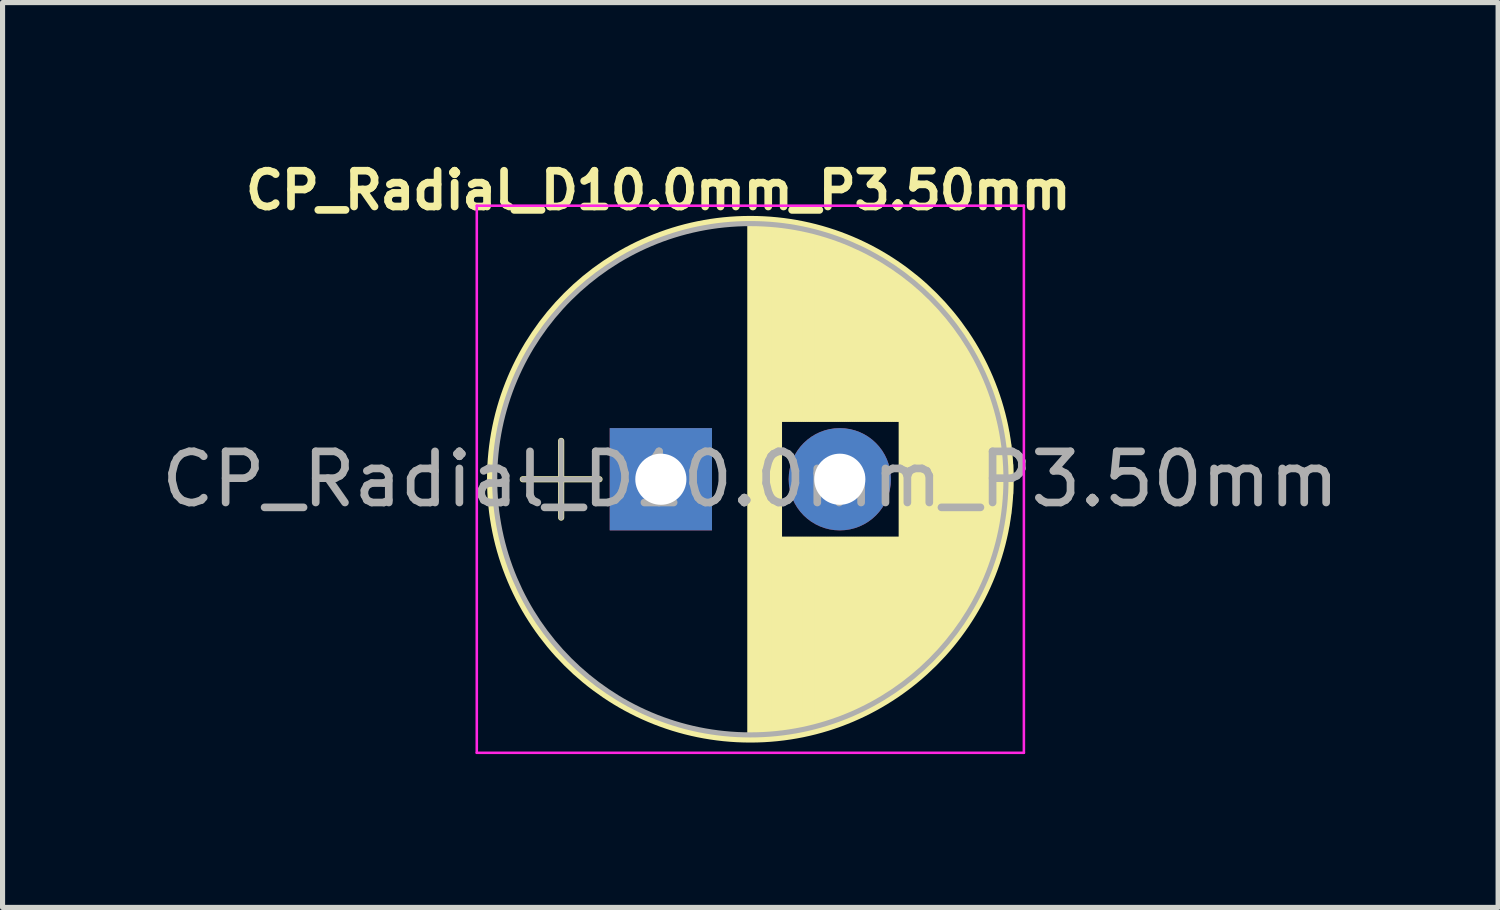
<source format=kicad_pcb>
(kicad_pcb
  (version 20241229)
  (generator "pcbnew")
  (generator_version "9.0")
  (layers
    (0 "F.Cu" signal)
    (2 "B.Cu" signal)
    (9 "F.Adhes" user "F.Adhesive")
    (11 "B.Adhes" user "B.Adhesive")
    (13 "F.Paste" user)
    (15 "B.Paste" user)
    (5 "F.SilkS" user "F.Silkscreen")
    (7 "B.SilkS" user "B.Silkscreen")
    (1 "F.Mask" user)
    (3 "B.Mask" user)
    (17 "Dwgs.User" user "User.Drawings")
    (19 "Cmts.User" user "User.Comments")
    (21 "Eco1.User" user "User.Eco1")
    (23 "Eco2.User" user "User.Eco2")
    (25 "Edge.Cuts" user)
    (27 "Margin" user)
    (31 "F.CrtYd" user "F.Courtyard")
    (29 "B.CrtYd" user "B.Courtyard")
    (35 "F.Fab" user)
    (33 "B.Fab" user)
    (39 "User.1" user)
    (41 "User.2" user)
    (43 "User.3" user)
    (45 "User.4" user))
  (footprint "CP_Radial_D10.0mm_P3.50mm"
    (layer "F.Cu")
    (at 9.875 6.323)
    (property "Reference" "CP_Radial_D10.0mm_P3.50mm" (at -0.05 -5.65 0) (layer "F.SilkS") (effects (font (size 0.7 0.7) (thickness 0.15))))
    (attr through_hole)
    (fp_line (start -2.7 0) (end -1.2 0) (stroke (width 0.12) (type solid)) (layer "F.SilkS"))
    (fp_line (start -1.95 -0.75) (end -1.95 0.75) (stroke (width 0.12) (type solid)) (layer "F.SilkS"))
    (fp_line (start 1.75 -5.05) (end 1.75 5.05) (stroke (width 0.12) (type solid)) (layer "F.SilkS"))
    (fp_line (start 1.79 -5.05) (end 1.79 5.05) (stroke (width 0.12) (type solid)) (layer "F.SilkS"))
    (fp_line (start 1.83 -5.05) (end 1.83 5.05) (stroke (width 0.12) (type solid)) (layer "F.SilkS"))
    (fp_line (start 1.87 -5.049) (end 1.87 5.049) (stroke (width 0.12) (type solid)) (layer "F.SilkS"))
    (fp_line (start 1.91 -5.048) (end 1.91 5.048) (stroke (width 0.12) (type solid)) (layer "F.SilkS"))
    (fp_line (start 1.95 -5.047) (end 1.95 5.047) (stroke (width 0.12) (type solid)) (layer "F.SilkS"))
    (fp_line (start 1.99 -5.045) (end 1.99 5.045) (stroke (width 0.12) (type solid)) (layer "F.SilkS"))
    (fp_line (start 2.03 -5.043) (end 2.03 5.043) (stroke (width 0.12) (type solid)) (layer "F.SilkS"))
    (fp_line (start 2.07 -5.04) (end 2.07 5.04) (stroke (width 0.12) (type solid)) (layer "F.SilkS"))
    (fp_line (start 2.11 -5.038) (end 2.11 5.038) (stroke (width 0.12) (type solid)) (layer "F.SilkS"))
    (fp_line (start 2.15 -5.035) (end 2.15 5.035) (stroke (width 0.12) (type solid)) (layer "F.SilkS"))
    (fp_line (start 2.19 -5.031) (end 2.19 5.031) (stroke (width 0.12) (type solid)) (layer "F.SilkS"))
    (fp_line (start 2.23 -5.028) (end 2.23 5.028) (stroke (width 0.12) (type solid)) (layer "F.SilkS"))
    (fp_line (start 2.27 -5.024) (end 2.27 5.024) (stroke (width 0.12) (type solid)) (layer "F.SilkS"))
    (fp_line (start 2.31 -5.02) (end 2.31 5.02) (stroke (width 0.12) (type solid)) (layer "F.SilkS"))
    (fp_line (start 2.35 -5.015) (end 2.35 -1.181) (stroke (width 0.12) (type solid)) (layer "F.SilkS"))
    (fp_line (start 2.35 1.181) (end 2.35 5.015) (stroke (width 0.12) (type solid)) (layer "F.SilkS"))
    (fp_line (start 2.39 -5.01) (end 2.39 -1.181) (stroke (width 0.12) (type solid)) (layer "F.SilkS"))
    (fp_line (start 2.39 1.181) (end 2.39 5.01) (stroke (width 0.12) (type solid)) (layer "F.SilkS"))
    (fp_line (start 2.43 -5.005) (end 2.43 -1.181) (stroke (width 0.12) (type solid)) (layer "F.SilkS"))
    (fp_line (start 2.43 1.181) (end 2.43 5.005) (stroke (width 0.12) (type solid)) (layer "F.SilkS"))
    (fp_line (start 2.471 -4.999) (end 2.471 -1.181) (stroke (width 0.12) (type solid)) (layer "F.SilkS"))
    (fp_line (start 2.471 1.181) (end 2.471 4.999) (stroke (width 0.12) (type solid)) (layer "F.SilkS"))
    (fp_line (start 2.511 -4.993) (end 2.511 -1.181) (stroke (width 0.12) (type solid)) (layer "F.SilkS"))
    (fp_line (start 2.511 1.181) (end 2.511 4.993) (stroke (width 0.12) (type solid)) (layer "F.SilkS"))
    (fp_line (start 2.551 -4.987) (end 2.551 -1.181) (stroke (width 0.12) (type solid)) (layer "F.SilkS"))
    (fp_line (start 2.551 1.181) (end 2.551 4.987) (stroke (width 0.12) (type solid)) (layer "F.SilkS"))
    (fp_line (start 2.591 -4.981) (end 2.591 -1.181) (stroke (width 0.12) (type solid)) (layer "F.SilkS"))
    (fp_line (start 2.591 1.181) (end 2.591 4.981) (stroke (width 0.12) (type solid)) (layer "F.SilkS"))
    (fp_line (start 2.631 -4.974) (end 2.631 -1.181) (stroke (width 0.12) (type solid)) (layer "F.SilkS"))
    (fp_line (start 2.631 1.181) (end 2.631 4.974) (stroke (width 0.12) (type solid)) (layer "F.SilkS"))
    (fp_line (start 2.671 -4.967) (end 2.671 -1.181) (stroke (width 0.12) (type solid)) (layer "F.SilkS"))
    (fp_line (start 2.671 1.181) (end 2.671 4.967) (stroke (width 0.12) (type solid)) (layer "F.SilkS"))
    (fp_line (start 2.711 -4.959) (end 2.711 -1.181) (stroke (width 0.12) (type solid)) (layer "F.SilkS"))
    (fp_line (start 2.711 1.181) (end 2.711 4.959) (stroke (width 0.12) (type solid)) (layer "F.SilkS"))
    (fp_line (start 2.751 -4.951) (end 2.751 -1.181) (stroke (width 0.12) (type solid)) (layer "F.SilkS"))
    (fp_line (start 2.751 1.181) (end 2.751 4.951) (stroke (width 0.12) (type solid)) (layer "F.SilkS"))
    (fp_line (start 2.791 -4.943) (end 2.791 -1.181) (stroke (width 0.12) (type solid)) (layer "F.SilkS"))
    (fp_line (start 2.791 1.181) (end 2.791 4.943) (stroke (width 0.12) (type solid)) (layer "F.SilkS"))
    (fp_line (start 2.831 -4.935) (end 2.831 -1.181) (stroke (width 0.12) (type solid)) (layer "F.SilkS"))
    (fp_line (start 2.831 1.181) (end 2.831 4.935) (stroke (width 0.12) (type solid)) (layer "F.SilkS"))
    (fp_line (start 2.871 -4.926) (end 2.871 -1.181) (stroke (width 0.12) (type solid)) (layer "F.SilkS"))
    (fp_line (start 2.871 1.181) (end 2.871 4.926) (stroke (width 0.12) (type solid)) (layer "F.SilkS"))
    (fp_line (start 2.911 -4.917) (end 2.911 -1.181) (stroke (width 0.12) (type solid)) (layer "F.SilkS"))
    (fp_line (start 2.911 1.181) (end 2.911 4.917) (stroke (width 0.12) (type solid)) (layer "F.SilkS"))
    (fp_line (start 2.951 -4.907) (end 2.951 -1.181) (stroke (width 0.12) (type solid)) (layer "F.SilkS"))
    (fp_line (start 2.951 1.181) (end 2.951 4.907) (stroke (width 0.12) (type solid)) (layer "F.SilkS"))
    (fp_line (start 2.991 -4.897) (end 2.991 -1.181) (stroke (width 0.12) (type solid)) (layer "F.SilkS"))
    (fp_line (start 2.991 1.181) (end 2.991 4.897) (stroke (width 0.12) (type solid)) (layer "F.SilkS"))
    (fp_line (start 3.031 -4.887) (end 3.031 -1.181) (stroke (width 0.12) (type solid)) (layer "F.SilkS"))
    (fp_line (start 3.031 1.181) (end 3.031 4.887) (stroke (width 0.12) (type solid)) (layer "F.SilkS"))
    (fp_line (start 3.071 -4.876) (end 3.071 -1.181) (stroke (width 0.12) (type solid)) (layer "F.SilkS"))
    (fp_line (start 3.071 1.181) (end 3.071 4.876) (stroke (width 0.12) (type solid)) (layer "F.SilkS"))
    (fp_line (start 3.111 -4.865) (end 3.111 -1.181) (stroke (width 0.12) (type solid)) (layer "F.SilkS"))
    (fp_line (start 3.111 1.181) (end 3.111 4.865) (stroke (width 0.12) (type solid)) (layer "F.SilkS"))
    (fp_line (start 3.151 -4.854) (end 3.151 -1.181) (stroke (width 0.12) (type solid)) (layer "F.SilkS"))
    (fp_line (start 3.151 1.181) (end 3.151 4.854) (stroke (width 0.12) (type solid)) (layer "F.SilkS"))
    (fp_line (start 3.191 -4.843) (end 3.191 -1.181) (stroke (width 0.12) (type solid)) (layer "F.SilkS"))
    (fp_line (start 3.191 1.181) (end 3.191 4.843) (stroke (width 0.12) (type solid)) (layer "F.SilkS"))
    (fp_line (start 3.231 -4.831) (end 3.231 -1.181) (stroke (width 0.12) (type solid)) (layer "F.SilkS"))
    (fp_line (start 3.231 1.181) (end 3.231 4.831) (stroke (width 0.12) (type solid)) (layer "F.SilkS"))
    (fp_line (start 3.271 -4.818) (end 3.271 -1.181) (stroke (width 0.12) (type solid)) (layer "F.SilkS"))
    (fp_line (start 3.271 1.181) (end 3.271 4.818) (stroke (width 0.12) (type solid)) (layer "F.SilkS"))
    (fp_line (start 3.311 -4.806) (end 3.311 -1.181) (stroke (width 0.12) (type solid)) (layer "F.SilkS"))
    (fp_line (start 3.311 1.181) (end 3.311 4.806) (stroke (width 0.12) (type solid)) (layer "F.SilkS"))
    (fp_line (start 3.351 -4.792) (end 3.351 -1.181) (stroke (width 0.12) (type solid)) (layer "F.SilkS"))
    (fp_line (start 3.351 1.181) (end 3.351 4.792) (stroke (width 0.12) (type solid)) (layer "F.SilkS"))
    (fp_line (start 3.391 -4.779) (end 3.391 -1.181) (stroke (width 0.12) (type solid)) (layer "F.SilkS"))
    (fp_line (start 3.391 1.181) (end 3.391 4.779) (stroke (width 0.12) (type solid)) (layer "F.SilkS"))
    (fp_line (start 3.431 -4.765) (end 3.431 -1.181) (stroke (width 0.12) (type solid)) (layer "F.SilkS"))
    (fp_line (start 3.431 1.181) (end 3.431 4.765) (stroke (width 0.12) (type solid)) (layer "F.SilkS"))
    (fp_line (start 3.471 -4.751) (end 3.471 -1.181) (stroke (width 0.12) (type solid)) (layer "F.SilkS"))
    (fp_line (start 3.471 1.181) (end 3.471 4.751) (stroke (width 0.12) (type solid)) (layer "F.SilkS"))
    (fp_line (start 3.511 -4.737) (end 3.511 -1.181) (stroke (width 0.12) (type solid)) (layer "F.SilkS"))
    (fp_line (start 3.511 1.181) (end 3.511 4.737) (stroke (width 0.12) (type solid)) (layer "F.SilkS"))
    (fp_line (start 3.551 -4.722) (end 3.551 -1.181) (stroke (width 0.12) (type solid)) (layer "F.SilkS"))
    (fp_line (start 3.551 1.181) (end 3.551 4.722) (stroke (width 0.12) (type solid)) (layer "F.SilkS"))
    (fp_line (start 3.591 -4.706) (end 3.591 -1.181) (stroke (width 0.12) (type solid)) (layer "F.SilkS"))
    (fp_line (start 3.591 1.181) (end 3.591 4.706) (stroke (width 0.12) (type solid)) (layer "F.SilkS"))
    (fp_line (start 3.631 -4.691) (end 3.631 -1.181) (stroke (width 0.12) (type solid)) (layer "F.SilkS"))
    (fp_line (start 3.631 1.181) (end 3.631 4.691) (stroke (width 0.12) (type solid)) (layer "F.SilkS"))
    (fp_line (start 3.671 -4.674) (end 3.671 -1.181) (stroke (width 0.12) (type solid)) (layer "F.SilkS"))
    (fp_line (start 3.671 1.181) (end 3.671 4.674) (stroke (width 0.12) (type solid)) (layer "F.SilkS"))
    (fp_line (start 3.711 -4.658) (end 3.711 -1.181) (stroke (width 0.12) (type solid)) (layer "F.SilkS"))
    (fp_line (start 3.711 1.181) (end 3.711 4.658) (stroke (width 0.12) (type solid)) (layer "F.SilkS"))
    (fp_line (start 3.751 -4.641) (end 3.751 -1.181) (stroke (width 0.12) (type solid)) (layer "F.SilkS"))
    (fp_line (start 3.751 1.181) (end 3.751 4.641) (stroke (width 0.12) (type solid)) (layer "F.SilkS"))
    (fp_line (start 3.791 -4.624) (end 3.791 -1.181) (stroke (width 0.12) (type solid)) (layer "F.SilkS"))
    (fp_line (start 3.791 1.181) (end 3.791 4.624) (stroke (width 0.12) (type solid)) (layer "F.SilkS"))
    (fp_line (start 3.831 -4.606) (end 3.831 -1.181) (stroke (width 0.12) (type solid)) (layer "F.SilkS"))
    (fp_line (start 3.831 1.181) (end 3.831 4.606) (stroke (width 0.12) (type solid)) (layer "F.SilkS"))
    (fp_line (start 3.871 -4.588) (end 3.871 -1.181) (stroke (width 0.12) (type solid)) (layer "F.SilkS"))
    (fp_line (start 3.871 1.181) (end 3.871 4.588) (stroke (width 0.12) (type solid)) (layer "F.SilkS"))
    (fp_line (start 3.911 -4.569) (end 3.911 -1.181) (stroke (width 0.12) (type solid)) (layer "F.SilkS"))
    (fp_line (start 3.911 1.181) (end 3.911 4.569) (stroke (width 0.12) (type solid)) (layer "F.SilkS"))
    (fp_line (start 3.951 -4.55) (end 3.951 -1.181) (stroke (width 0.12) (type solid)) (layer "F.SilkS"))
    (fp_line (start 3.951 1.181) (end 3.951 4.55) (stroke (width 0.12) (type solid)) (layer "F.SilkS"))
    (fp_line (start 3.991 -4.531) (end 3.991 -1.181) (stroke (width 0.12) (type solid)) (layer "F.SilkS"))
    (fp_line (start 3.991 1.181) (end 3.991 4.531) (stroke (width 0.12) (type solid)) (layer "F.SilkS"))
    (fp_line (start 4.031 -4.511) (end 4.031 -1.181) (stroke (width 0.12) (type solid)) (layer "F.SilkS"))
    (fp_line (start 4.031 1.181) (end 4.031 4.511) (stroke (width 0.12) (type solid)) (layer "F.SilkS"))
    (fp_line (start 4.071 -4.491) (end 4.071 -1.181) (stroke (width 0.12) (type solid)) (layer "F.SilkS"))
    (fp_line (start 4.071 1.181) (end 4.071 4.491) (stroke (width 0.12) (type solid)) (layer "F.SilkS"))
    (fp_line (start 4.111 -4.47) (end 4.111 -1.181) (stroke (width 0.12) (type solid)) (layer "F.SilkS"))
    (fp_line (start 4.111 1.181) (end 4.111 4.47) (stroke (width 0.12) (type solid)) (layer "F.SilkS"))
    (fp_line (start 4.151 -4.449) (end 4.151 -1.181) (stroke (width 0.12) (type solid)) (layer "F.SilkS"))
    (fp_line (start 4.151 1.181) (end 4.151 4.449) (stroke (width 0.12) (type solid)) (layer "F.SilkS"))
    (fp_line (start 4.191 -4.428) (end 4.191 -1.181) (stroke (width 0.12) (type solid)) (layer "F.SilkS"))
    (fp_line (start 4.191 1.181) (end 4.191 4.428) (stroke (width 0.12) (type solid)) (layer "F.SilkS"))
    (fp_line (start 4.231 -4.405) (end 4.231 -1.181) (stroke (width 0.12) (type solid)) (layer "F.SilkS"))
    (fp_line (start 4.231 1.181) (end 4.231 4.405) (stroke (width 0.12) (type solid)) (layer "F.SilkS"))
    (fp_line (start 4.271 -4.383) (end 4.271 -1.181) (stroke (width 0.12) (type solid)) (layer "F.SilkS"))
    (fp_line (start 4.271 1.181) (end 4.271 4.383) (stroke (width 0.12) (type solid)) (layer "F.SilkS"))
    (fp_line (start 4.311 -4.36) (end 4.311 -1.181) (stroke (width 0.12) (type solid)) (layer "F.SilkS"))
    (fp_line (start 4.311 1.181) (end 4.311 4.36) (stroke (width 0.12) (type solid)) (layer "F.SilkS"))
    (fp_line (start 4.351 -4.336) (end 4.351 -1.181) (stroke (width 0.12) (type solid)) (layer "F.SilkS"))
    (fp_line (start 4.351 1.181) (end 4.351 4.336) (stroke (width 0.12) (type solid)) (layer "F.SilkS"))
    (fp_line (start 4.391 -4.312) (end 4.391 -1.181) (stroke (width 0.12) (type solid)) (layer "F.SilkS"))
    (fp_line (start 4.391 1.181) (end 4.391 4.312) (stroke (width 0.12) (type solid)) (layer "F.SilkS"))
    (fp_line (start 4.431 -4.288) (end 4.431 -1.181) (stroke (width 0.12) (type solid)) (layer "F.SilkS"))
    (fp_line (start 4.431 1.181) (end 4.431 4.288) (stroke (width 0.12) (type solid)) (layer "F.SilkS"))
    (fp_line (start 4.471 -4.263) (end 4.471 -1.181) (stroke (width 0.12) (type solid)) (layer "F.SilkS"))
    (fp_line (start 4.471 1.181) (end 4.471 4.263) (stroke (width 0.12) (type solid)) (layer "F.SilkS"))
    (fp_line (start 4.511 -4.237) (end 4.511 -1.181) (stroke (width 0.12) (type solid)) (layer "F.SilkS"))
    (fp_line (start 4.511 1.181) (end 4.511 4.237) (stroke (width 0.12) (type solid)) (layer "F.SilkS"))
    (fp_line (start 4.551 -4.211) (end 4.551 -1.181) (stroke (width 0.12) (type solid)) (layer "F.SilkS"))
    (fp_line (start 4.551 1.181) (end 4.551 4.211) (stroke (width 0.12) (type solid)) (layer "F.SilkS"))
    (fp_line (start 4.591 -4.185) (end 4.591 -1.181) (stroke (width 0.12) (type solid)) (layer "F.SilkS"))
    (fp_line (start 4.591 1.181) (end 4.591 4.185) (stroke (width 0.12) (type solid)) (layer "F.SilkS"))
    (fp_line (start 4.631 -4.157) (end 4.631 -1.181) (stroke (width 0.12) (type solid)) (layer "F.SilkS"))
    (fp_line (start 4.631 1.181) (end 4.631 4.157) (stroke (width 0.12) (type solid)) (layer "F.SilkS"))
    (fp_line (start 4.671 -4.13) (end 4.671 -1.181) (stroke (width 0.12) (type solid)) (layer "F.SilkS"))
    (fp_line (start 4.671 1.181) (end 4.671 4.13) (stroke (width 0.12) (type solid)) (layer "F.SilkS"))
    (fp_line (start 4.711 -4.101) (end 4.711 4.101) (stroke (width 0.12) (type solid)) (layer "F.SilkS"))
    (fp_line (start 4.751 -4.072) (end 4.751 4.072) (stroke (width 0.12) (type solid)) (layer "F.SilkS"))
    (fp_line (start 4.791 -4.043) (end 4.791 4.043) (stroke (width 0.12) (type solid)) (layer "F.SilkS"))
    (fp_line (start 4.831 -4.013) (end 4.831 4.013) (stroke (width 0.12) (type solid)) (layer "F.SilkS"))
    (fp_line (start 4.871 -3.982) (end 4.871 3.982) (stroke (width 0.12) (type solid)) (layer "F.SilkS"))
    (fp_line (start 4.911 -3.951) (end 4.911 3.951) (stroke (width 0.12) (type solid)) (layer "F.SilkS"))
    (fp_line (start 4.951 -3.919) (end 4.951 3.919) (stroke (width 0.12) (type solid)) (layer "F.SilkS"))
    (fp_line (start 4.991 -3.886) (end 4.991 3.886) (stroke (width 0.12) (type solid)) (layer "F.SilkS"))
    (fp_line (start 5.031 -3.853) (end 5.031 3.853) (stroke (width 0.12) (type solid)) (layer "F.SilkS"))
    (fp_line (start 5.071 -3.819) (end 5.071 3.819) (stroke (width 0.12) (type solid)) (layer "F.SilkS"))
    (fp_line (start 5.111 -3.784) (end 5.111 3.784) (stroke (width 0.12) (type solid)) (layer "F.SilkS"))
    (fp_line (start 5.151 -3.748) (end 5.151 3.748) (stroke (width 0.12) (type solid)) (layer "F.SilkS"))
    (fp_line (start 5.191 -3.712) (end 5.191 3.712) (stroke (width 0.12) (type solid)) (layer "F.SilkS"))
    (fp_line (start 5.231 -3.675) (end 5.231 3.675) (stroke (width 0.12) (type solid)) (layer "F.SilkS"))
    (fp_line (start 5.271 -3.637) (end 5.271 3.637) (stroke (width 0.12) (type solid)) (layer "F.SilkS"))
    (fp_line (start 5.311 -3.598) (end 5.311 3.598) (stroke (width 0.12) (type solid)) (layer "F.SilkS"))
    (fp_line (start 5.351 -3.559) (end 5.351 3.559) (stroke (width 0.12) (type solid)) (layer "F.SilkS"))
    (fp_line (start 5.391 -3.518) (end 5.391 3.518) (stroke (width 0.12) (type solid)) (layer "F.SilkS"))
    (fp_line (start 5.431 -3.477) (end 5.431 3.477) (stroke (width 0.12) (type solid)) (layer "F.SilkS"))
    (fp_line (start 5.471 -3.435) (end 5.471 3.435) (stroke (width 0.12) (type solid)) (layer "F.SilkS"))
    (fp_line (start 5.511 -3.391) (end 5.511 3.391) (stroke (width 0.12) (type solid)) (layer "F.SilkS"))
    (fp_line (start 5.551 -3.347) (end 5.551 3.347) (stroke (width 0.12) (type solid)) (layer "F.SilkS"))
    (fp_line (start 5.591 -3.302) (end 5.591 3.302) (stroke (width 0.12) (type solid)) (layer "F.SilkS"))
    (fp_line (start 5.631 -3.255) (end 5.631 3.255) (stroke (width 0.12) (type solid)) (layer "F.SilkS"))
    (fp_line (start 5.671 -3.207) (end 5.671 3.207) (stroke (width 0.12) (type solid)) (layer "F.SilkS"))
    (fp_line (start 5.711 -3.158) (end 5.711 3.158) (stroke (width 0.12) (type solid)) (layer "F.SilkS"))
    (fp_line (start 5.751 -3.108) (end 5.751 3.108) (stroke (width 0.12) (type solid)) (layer "F.SilkS"))
    (fp_line (start 5.791 -3.057) (end 5.791 3.057) (stroke (width 0.12) (type solid)) (layer "F.SilkS"))
    (fp_line (start 5.831 -3.004) (end 5.831 3.004) (stroke (width 0.12) (type solid)) (layer "F.SilkS"))
    (fp_line (start 5.871 -2.949) (end 5.871 2.949) (stroke (width 0.12) (type solid)) (layer "F.SilkS"))
    (fp_line (start 5.911 -2.894) (end 5.911 2.894) (stroke (width 0.12) (type solid)) (layer "F.SilkS"))
    (fp_line (start 5.951 -2.836) (end 5.951 2.836) (stroke (width 0.12) (type solid)) (layer "F.SilkS"))
    (fp_line (start 5.991 -2.777) (end 5.991 2.777) (stroke (width 0.12) (type solid)) (layer "F.SilkS"))
    (fp_line (start 6.031 -2.715) (end 6.031 2.715) (stroke (width 0.12) (type solid)) (layer "F.SilkS"))
    (fp_line (start 6.071 -2.652) (end 6.071 2.652) (stroke (width 0.12) (type solid)) (layer "F.SilkS"))
    (fp_line (start 6.111 -2.587) (end 6.111 2.587) (stroke (width 0.12) (type solid)) (layer "F.SilkS"))
    (fp_line (start 6.151 -2.519) (end 6.151 2.519) (stroke (width 0.12) (type solid)) (layer "F.SilkS"))
    (fp_line (start 6.191 -2.449) (end 6.191 2.449) (stroke (width 0.12) (type solid)) (layer "F.SilkS"))
    (fp_line (start 6.231 -2.377) (end 6.231 2.377) (stroke (width 0.12) (type solid)) (layer "F.SilkS"))
    (fp_line (start 6.271 -2.301) (end 6.271 2.301) (stroke (width 0.12) (type solid)) (layer "F.SilkS"))
    (fp_line (start 6.311 -2.222) (end 6.311 2.222) (stroke (width 0.12) (type solid)) (layer "F.SilkS"))
    (fp_line (start 6.351 -2.14) (end 6.351 2.14) (stroke (width 0.12) (type solid)) (layer "F.SilkS"))
    (fp_line (start 6.391 -2.053) (end 6.391 2.053) (stroke (width 0.12) (type solid)) (layer "F.SilkS"))
    (fp_line (start 6.431 -1.962) (end 6.431 1.962) (stroke (width 0.12) (type solid)) (layer "F.SilkS"))
    (fp_line (start 6.471 -1.866) (end 6.471 1.866) (stroke (width 0.12) (type solid)) (layer "F.SilkS"))
    (fp_line (start 6.511 -1.763) (end 6.511 1.763) (stroke (width 0.12) (type solid)) (layer "F.SilkS"))
    (fp_line (start 6.551 -1.654) (end 6.551 1.654) (stroke (width 0.12) (type solid)) (layer "F.SilkS"))
    (fp_line (start 6.591 -1.536) (end 6.591 1.536) (stroke (width 0.12) (type solid)) (layer "F.SilkS"))
    (fp_line (start 6.631 -1.407) (end 6.631 1.407) (stroke (width 0.12) (type solid)) (layer "F.SilkS"))
    (fp_line (start 6.671 -1.265) (end 6.671 1.265) (stroke (width 0.12) (type solid)) (layer "F.SilkS"))
    (fp_line (start 6.711 -1.104) (end 6.711 1.104) (stroke (width 0.12) (type solid)) (layer "F.SilkS"))
    (fp_line (start 6.751 -0.913) (end 6.751 0.913) (stroke (width 0.12) (type solid)) (layer "F.SilkS"))
    (fp_line (start 6.791 -0.672) (end 6.791 0.672) (stroke (width 0.12) (type solid)) (layer "F.SilkS"))
    (fp_line (start 6.831 -0.279) (end 6.831 0.279) (stroke (width 0.12) (type solid)) (layer "F.SilkS"))
    (fp_circle (center 1.75 0) (end 6.84 0) (stroke (width 0.12) (type solid)) (fill no) (layer "F.SilkS"))
    (fp_line (start -3.6 -5.35) (end -3.6 5.35) (stroke (width 0.05) (type solid)) (layer "F.CrtYd"))
    (fp_line (start -3.6 5.35) (end 7.1 5.35) (stroke (width 0.05) (type solid)) (layer "F.CrtYd"))
    (fp_line (start 7.1 -5.35) (end -3.6 -5.35) (stroke (width 0.05) (type solid)) (layer "F.CrtYd"))
    (fp_line (start 7.1 5.35) (end 7.1 -5.35) (stroke (width 0.05) (type solid)) (layer "F.CrtYd"))
    (fp_line (start -2.7 0) (end -1.2 0) (stroke (width 0.1) (type solid)) (layer "F.Fab"))
    (fp_line (start -1.95 -0.75) (end -1.95 0.75) (stroke (width 0.1) (type solid)) (layer "F.Fab"))
    (fp_circle (center 1.75 0) (end 6.75 0) (stroke (width 0.1) (type solid)) (fill no) (layer "F.Fab"))
    (fp_text user "${REFERENCE}" (at 1.75 0 0) (layer "F.Fab") (effects (font (size 1 1) (thickness 0.15))))
    (pad "1" thru_hole rect (at 0 0) (size 2 2) (drill 1) (layers "*.Cu" "*.Mask"))
    (pad "2" thru_hole circle (at 3.5 0) (size 2 2) (drill 1) (layers "*.Cu" "*.Mask")))
  (gr_rect
    (start -3 -3)
    (end 26.25 14.698)
    (stroke (width 0.1) (type default))
    (fill no)
    (layer "Edge.Cuts")))
</source>
